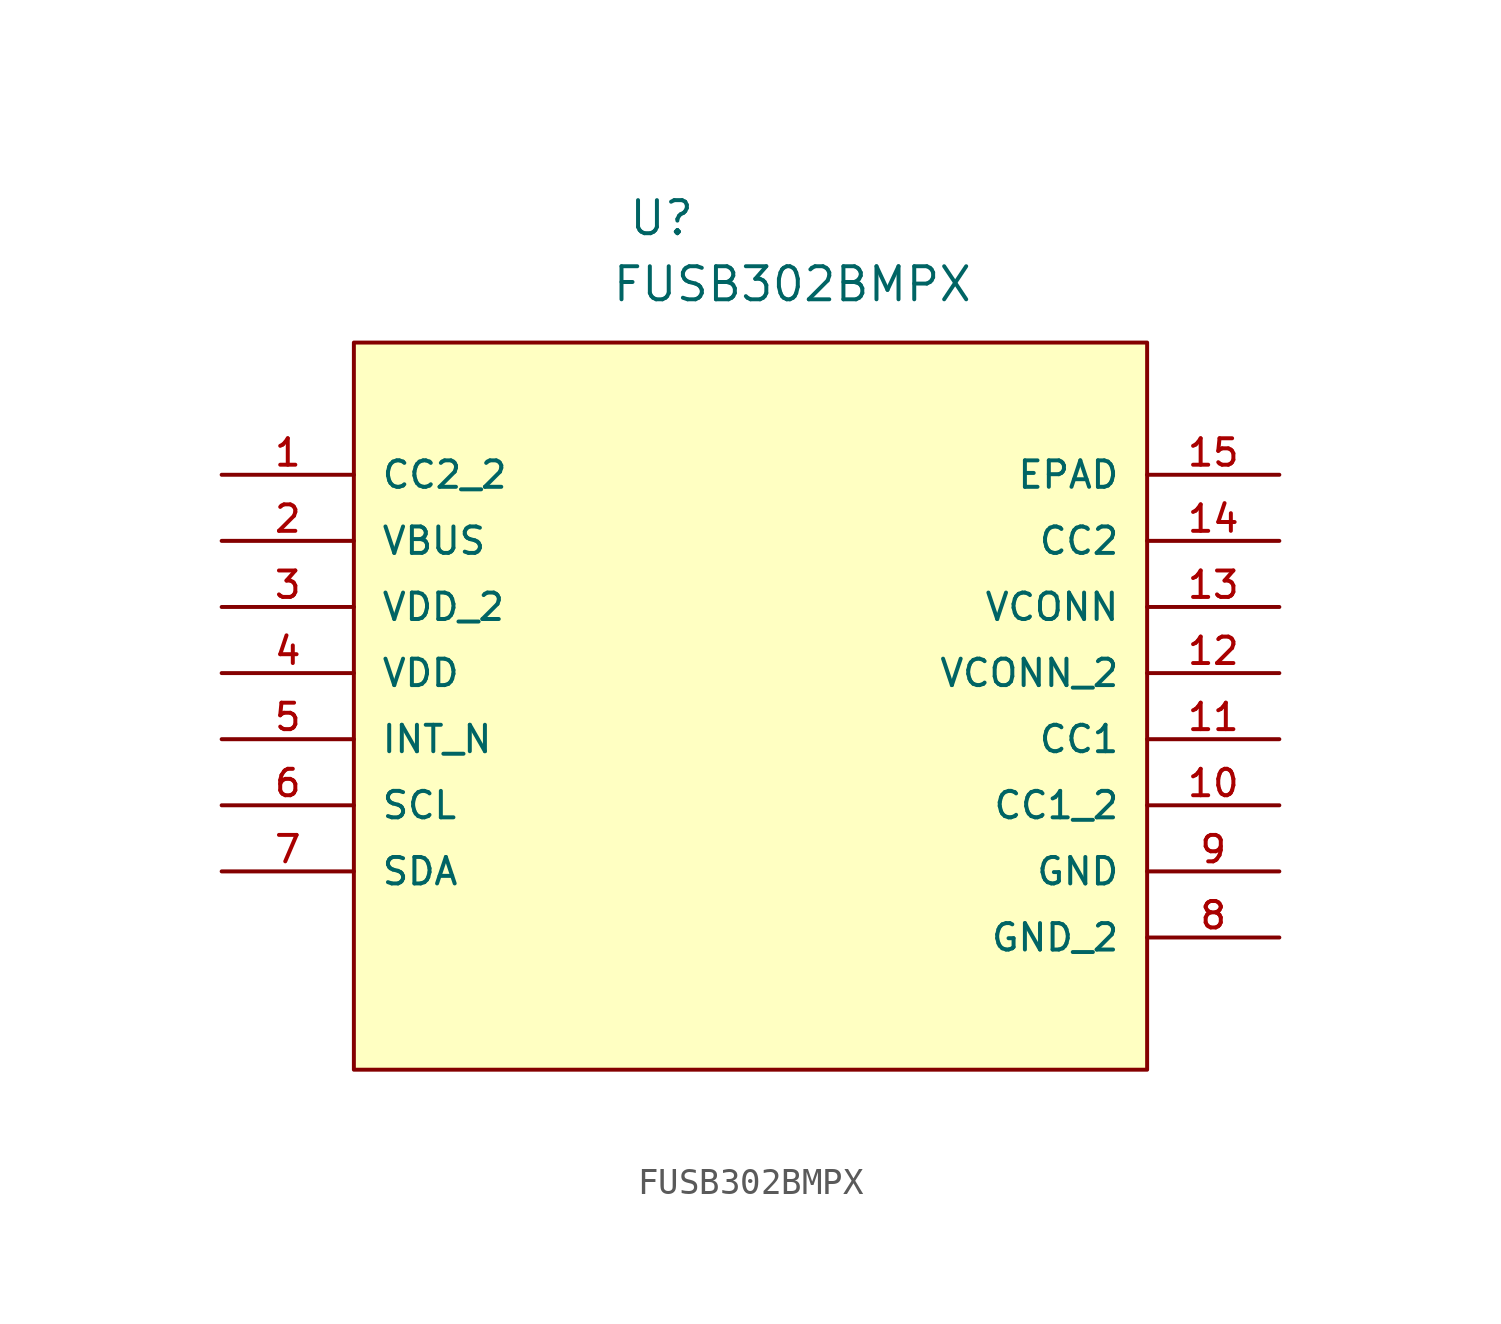
<source format=kicad_sym>
(kicad_symbol_lib
  (version 20220914)
  (generator kicad_symbol_editor)
  (symbol "FUSB302BMPX"
    (pin_names
      (offset 1.016))
    (property "Reference" "U"
      (at 18.136 9.119 0)
      (effects (font (size 1.27 1.27)) (justify left bottom)))
    (property "Value" "FUSB302BMPX"
      (at 17.501 6.579 0)
      (effects (font (size 1.27 1.27)) (justify left bottom)))
    (symbol "FUSB302BMPX_0_0"
      (rectangle (start 7.62 -22.86) (end 38.1 5.08) (stroke (width 0.152) (type default)) (fill (type background)))
      (pin bidirectional line (at 2.54 0 0) (length 5.08) (name "CC2_2" (effects (font (size 1.016 1.016)))) (number "1" (effects (font (size 1.016 1.016)))))
      (pin bidirectional line (at 43.18 -12.7 180) (length 5.08) (name "CC1_2" (effects (font (size 1.016 1.016)))) (number "10" (effects (font (size 1.016 1.016)))))
      (pin bidirectional line (at 43.18 -10.16 180) (length 5.08) (name "CC1" (effects (font (size 1.016 1.016)))) (number "11" (effects (font (size 1.016 1.016)))))
      (pin power_in line (at 43.18 -7.62 180) (length 5.08) (name "VCONN_2" (effects (font (size 1.016 1.016)))) (number "12" (effects (font (size 1.016 1.016)))))
      (pin power_in line (at 43.18 -5.08 180) (length 5.08) (name "VCONN" (effects (font (size 1.016 1.016)))) (number "13" (effects (font (size 1.016 1.016)))))
      (pin bidirectional line (at 43.18 -2.54 180) (length 5.08) (name "CC2" (effects (font (size 1.016 1.016)))) (number "14" (effects (font (size 1.016 1.016)))))
      (pin passive line (at 43.18 0 180) (length 5.08) (name "EPAD" (effects (font (size 1.016 1.016)))) (number "15" (effects (font (size 1.016 1.016)))))
      (pin input line (at 2.54 -2.54 0) (length 5.08) (name "VBUS" (effects (font (size 1.016 1.016)))) (number "2" (effects (font (size 1.016 1.016)))))
      (pin power_in line (at 2.54 -5.08 0) (length 5.08) (name "VDD_2" (effects (font (size 1.016 1.016)))) (number "3" (effects (font (size 1.016 1.016)))))
      (pin power_in line (at 2.54 -7.62 0) (length 5.08) (name "VDD" (effects (font (size 1.016 1.016)))) (number "4" (effects (font (size 1.016 1.016)))))
      (pin output line (at 2.54 -10.16 0) (length 5.08) (name "INT_N" (effects (font (size 1.016 1.016)))) (number "5" (effects (font (size 1.016 1.016)))))
      (pin input line (at 2.54 -12.7 0) (length 5.08) (name "SCL" (effects (font (size 1.016 1.016)))) (number "6" (effects (font (size 1.016 1.016)))))
      (pin bidirectional line (at 2.54 -15.24 0) (length 5.08) (name "SDA" (effects (font (size 1.016 1.016)))) (number "7" (effects (font (size 1.016 1.016)))))
      (pin power_in line (at 43.18 -17.78 180) (length 5.08) (name "GND_2" (effects (font (size 1.016 1.016)))) (number "8" (effects (font (size 1.016 1.016)))))
      (pin power_in line (at 43.18 -15.24 180) (length 5.08) (name "GND" (effects (font (size 1.016 1.016)))) (number "9" (effects (font (size 1.016 1.016))))))))
</source>
